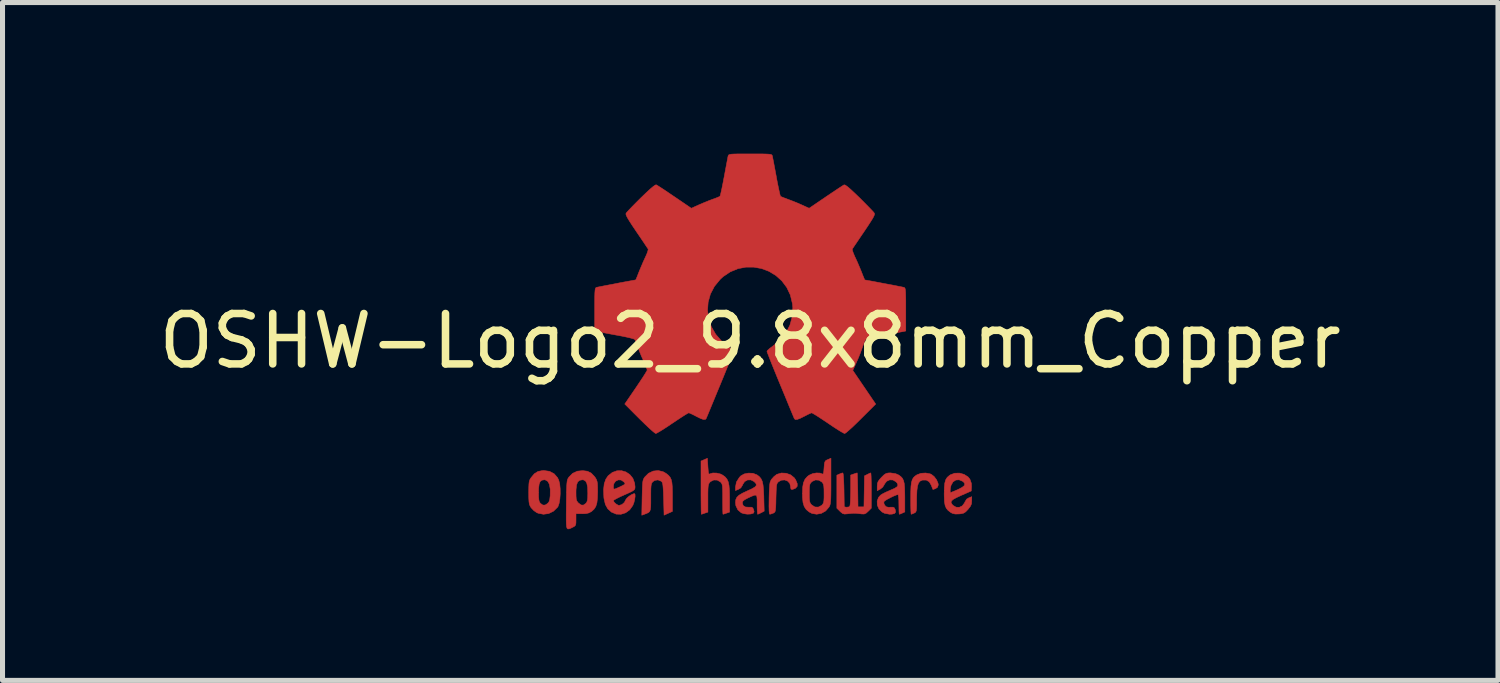
<source format=kicad_pcb>
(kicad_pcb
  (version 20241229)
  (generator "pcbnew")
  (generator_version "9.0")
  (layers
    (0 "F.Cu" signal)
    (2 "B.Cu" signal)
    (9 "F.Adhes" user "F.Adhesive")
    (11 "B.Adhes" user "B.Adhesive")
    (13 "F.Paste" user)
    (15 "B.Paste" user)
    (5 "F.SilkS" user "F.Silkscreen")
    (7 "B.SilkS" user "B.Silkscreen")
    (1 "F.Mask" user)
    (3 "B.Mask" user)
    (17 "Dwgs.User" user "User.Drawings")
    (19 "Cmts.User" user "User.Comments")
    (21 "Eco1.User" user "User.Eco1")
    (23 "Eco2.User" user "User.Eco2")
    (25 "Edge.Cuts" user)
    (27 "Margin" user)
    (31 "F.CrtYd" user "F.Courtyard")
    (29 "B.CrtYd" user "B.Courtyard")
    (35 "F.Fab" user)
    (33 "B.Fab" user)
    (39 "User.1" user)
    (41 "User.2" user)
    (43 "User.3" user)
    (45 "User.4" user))
  (footprint "OSHW-Logo2_9.8x8mm_Copper"
    (layer "F.Cu")
    (at 11.839 3.717)
    (property "Reference" "OSHW-Logo2_9.8x8mm_Copper" (at 0 0 0) (layer "F.SilkS") (effects (font (size 1 1) (thickness 0.15))))
    (attr board_only exclude_from_pos_files exclude_from_bom allow_missing_courtyard)
    (fp_poly (pts (xy 3.571 2.637) (xy 3.594 2.647) (xy 3.65 2.691) (xy 3.698 2.755) (xy 3.727 2.823) (xy 3.732 2.857) (xy 3.716 2.904) (xy 3.68 2.928) (xy 3.643 2.943) (xy 3.625 2.946) (xy 3.617 2.926) (xy 3.6 2.882) (xy 3.593 2.863) (xy 3.552 2.794) (xy 3.493 2.76) (xy 3.417 2.761) (xy 3.411 2.763) (xy 3.37 2.782) (xy 3.34 2.819) (xy 3.32 2.88) (xy 3.308 2.968) (xy 3.303 3.088) (xy 3.302 3.152) (xy 3.302 3.252) (xy 3.3 3.321) (xy 3.296 3.365) (xy 3.287 3.39) (xy 3.274 3.405) (xy 3.253 3.416) (xy 3.252 3.416) (xy 3.213 3.433) (xy 3.194 3.439) (xy 3.191 3.42) (xy 3.188 3.369) (xy 3.186 3.292) (xy 3.185 3.196) (xy 3.185 3.125) (xy 3.186 2.989) (xy 3.19 2.885) (xy 3.2 2.808) (xy 3.216 2.752) (xy 3.24 2.711) (xy 3.274 2.679) (xy 3.308 2.656) (xy 3.388 2.626) (xy 3.482 2.62) (xy 3.571 2.637)) (stroke (width 0.01) (type solid)) (fill yes) (layer "F.Cu"))
    (fp_poly (pts (xy -1.728 2.595) (xy -1.666 2.631) (xy -1.622 2.667) (xy -1.59 2.705) (xy -1.568 2.751) (xy -1.554 2.812) (xy -1.547 2.895) (xy -1.544 3.007) (xy -1.544 3.087) (xy -1.544 3.382) (xy -1.71 3.457) (xy -1.719 3.133) (xy -1.723 3.013) (xy -1.728 2.925) (xy -1.733 2.865) (xy -1.74 2.825) (xy -1.75 2.801) (xy -1.763 2.786) (xy -1.767 2.783) (xy -1.831 2.757) (xy -1.896 2.767) (xy -1.934 2.794) (xy -1.95 2.813) (xy -1.961 2.838) (xy -1.968 2.876) (xy -1.972 2.934) (xy -1.973 3.018) (xy -1.973 3.106) (xy -1.973 3.216) (xy -1.975 3.294) (xy -1.982 3.347) (xy -1.995 3.381) (xy -2.018 3.404) (xy -2.053 3.421) (xy -2.1 3.439) (xy -2.152 3.458) (xy -2.146 3.111) (xy -2.143 2.986) (xy -2.14 2.894) (xy -2.136 2.828) (xy -2.13 2.781) (xy -2.121 2.748) (xy -2.108 2.722) (xy -2.092 2.699) (xy -2.018 2.625) (xy -1.926 2.582) (xy -1.827 2.571) (xy -1.728 2.595)) (stroke (width 0.01) (type solid)) (fill yes) (layer "F.Cu"))
    (fp_poly (pts (xy 0.713 2.625) (xy 0.802 2.657) (xy 0.874 2.715) (xy 0.902 2.756) (xy 0.933 2.831) (xy 0.932 2.885) (xy 0.9 2.921) (xy 0.888 2.928) (xy 0.837 2.947) (xy 0.81 2.942) (xy 0.802 2.91) (xy 0.801 2.892) (xy 0.785 2.826) (xy 0.742 2.78) (xy 0.683 2.758) (xy 0.617 2.763) (xy 0.564 2.792) (xy 0.546 2.809) (xy 0.533 2.829) (xy 0.524 2.859) (xy 0.519 2.907) (xy 0.515 2.978) (xy 0.512 3.08) (xy 0.511 3.112) (xy 0.509 3.222) (xy 0.506 3.3) (xy 0.501 3.351) (xy 0.494 3.383) (xy 0.483 3.401) (xy 0.467 3.412) (xy 0.457 3.417) (xy 0.413 3.433) (xy 0.388 3.439) (xy 0.379 3.421) (xy 0.374 3.365) (xy 0.372 3.272) (xy 0.374 3.141) (xy 0.374 3.121) (xy 0.377 3.002) (xy 0.381 2.914) (xy 0.386 2.853) (xy 0.393 2.809) (xy 0.404 2.778) (xy 0.419 2.751) (xy 0.427 2.74) (xy 0.472 2.69) (xy 0.522 2.651) (xy 0.528 2.647) (xy 0.618 2.62) (xy 0.713 2.625)) (stroke (width 0.01) (type solid)) (fill yes) (layer "F.Cu"))
    (fp_poly (pts (xy -0.84 2.492) (xy -0.834 2.572) (xy -0.828 2.619) (xy -0.819 2.64) (xy -0.805 2.64) (xy -0.801 2.637) (xy -0.744 2.62) (xy -0.669 2.621) (xy -0.593 2.639) (xy -0.545 2.663) (xy -0.496 2.7) (xy -0.461 2.743) (xy -0.436 2.797) (xy -0.421 2.869) (xy -0.413 2.966) (xy -0.41 3.095) (xy -0.41 3.119) (xy -0.41 3.396) (xy -0.472 3.417) (xy -0.516 3.432) (xy -0.54 3.439) (xy -0.54 3.439) (xy -0.543 3.42) (xy -0.545 3.37) (xy -0.546 3.293) (xy -0.547 3.197) (xy -0.547 3.139) (xy -0.547 3.025) (xy -0.549 2.943) (xy -0.552 2.886) (xy -0.558 2.849) (xy -0.568 2.825) (xy -0.583 2.806) (xy -0.592 2.797) (xy -0.655 2.761) (xy -0.724 2.759) (xy -0.786 2.789) (xy -0.798 2.8) (xy -0.815 2.821) (xy -0.826 2.845) (xy -0.834 2.881) (xy -0.838 2.934) (xy -0.84 3.012) (xy -0.84 3.121) (xy -0.84 3.396) (xy -0.902 3.417) (xy -0.945 3.432) (xy -0.969 3.439) (xy -0.97 3.439) (xy -0.972 3.42) (xy -0.974 3.367) (xy -0.975 3.286) (xy -0.976 3.18) (xy -0.977 3.055) (xy -0.977 2.916) (xy -0.977 2.382) (xy -0.85 2.328) (xy -0.84 2.492)) (stroke (width 0.01) (type solid)) (fill yes) (layer "F.Cu"))
    (fp_poly (pts (xy 2.396 2.637) (xy 2.399 2.688) (xy 2.401 2.766) (xy 2.403 2.865) (xy 2.403 2.968) (xy 2.403 3.319) (xy 2.341 3.38) (xy 2.299 3.418) (xy 2.261 3.434) (xy 2.21 3.433) (xy 2.19 3.43) (xy 2.127 3.423) (xy 2.074 3.419) (xy 2.061 3.419) (xy 2.018 3.421) (xy 1.957 3.427) (xy 1.933 3.43) (xy 1.874 3.435) (xy 1.834 3.425) (xy 1.795 3.394) (xy 1.781 3.38) (xy 1.719 3.319) (xy 1.719 2.664) (xy 1.769 2.641) (xy 1.812 2.624) (xy 1.837 2.618) (xy 1.844 2.637) (xy 1.85 2.689) (xy 1.855 2.768) (xy 1.859 2.87) (xy 1.861 2.955) (xy 1.866 3.292) (xy 1.913 3.299) (xy 1.955 3.294) (xy 1.976 3.279) (xy 1.982 3.251) (xy 1.987 3.192) (xy 1.99 3.108) (xy 1.992 3.009) (xy 1.993 2.957) (xy 1.993 2.661) (xy 2.054 2.64) (xy 2.098 2.625) (xy 2.122 2.618) (xy 2.122 2.618) (xy 2.125 2.637) (xy 2.127 2.688) (xy 2.13 2.766) (xy 2.132 2.864) (xy 2.134 2.955) (xy 2.139 3.292) (xy 2.257 3.292) (xy 2.262 2.985) (xy 2.267 2.677) (xy 2.325 2.648) (xy 2.367 2.627) (xy 2.392 2.618) (xy 2.392 2.618) (xy 2.396 2.637)) (stroke (width 0.01) (type solid)) (fill yes) (layer "F.Cu"))
    (fp_poly (pts (xy -3.983 2.587) (xy -3.892 2.635) (xy -3.824 2.713) (xy -3.8 2.763) (xy -3.781 2.838) (xy -3.772 2.932) (xy -3.771 3.035) (xy -3.778 3.136) (xy -3.793 3.223) (xy -3.815 3.286) (xy -3.822 3.297) (xy -3.903 3.377) (xy -4 3.425) (xy -4.104 3.439) (xy -4.21 3.418) (xy -4.239 3.405) (xy -4.297 3.364) (xy -4.347 3.311) (xy -4.352 3.304) (xy -4.371 3.271) (xy -4.384 3.236) (xy -4.391 3.19) (xy -4.395 3.125) (xy -4.396 3.03) (xy -4.396 3.009) (xy -4.396 3.002) (xy -4.201 3.002) (xy -4.2 3.091) (xy -4.195 3.151) (xy -4.186 3.189) (xy -4.17 3.215) (xy -4.162 3.224) (xy -4.115 3.257) (xy -4.07 3.256) (xy -4.024 3.227) (xy -3.996 3.196) (xy -3.98 3.151) (xy -3.971 3.079) (xy -3.97 3.071) (xy -3.969 2.942) (xy -3.985 2.846) (xy -4.019 2.784) (xy -4.07 2.756) (xy -4.088 2.755) (xy -4.136 2.763) (xy -4.169 2.789) (xy -4.189 2.839) (xy -4.199 2.919) (xy -4.201 3.002) (xy -4.396 3.002) (xy -4.395 2.908) (xy -4.392 2.838) (xy -4.386 2.789) (xy -4.374 2.753) (xy -4.356 2.722) (xy -4.352 2.716) (xy -4.286 2.636) (xy -4.213 2.59) (xy -4.125 2.572) (xy -4.095 2.571) (xy -3.983 2.587)) (stroke (width 0.01) (type solid)) (fill yes) (layer "F.Cu"))
    (fp_poly (pts (xy 4.245 2.648) (xy 4.323 2.698) (xy 4.36 2.744) (xy 4.389 2.826) (xy 4.392 2.891) (xy 4.386 2.977) (xy 4.186 3.065) (xy 4.089 3.11) (xy 4.025 3.146) (xy 3.992 3.177) (xy 3.986 3.207) (xy 4.005 3.241) (xy 4.025 3.263) (xy 4.084 3.298) (xy 4.148 3.301) (xy 4.207 3.273) (xy 4.25 3.218) (xy 4.258 3.199) (xy 4.295 3.138) (xy 4.338 3.113) (xy 4.396 3.09) (xy 4.396 3.174) (xy 4.391 3.231) (xy 4.371 3.279) (xy 4.328 3.334) (xy 4.322 3.342) (xy 4.275 3.391) (xy 4.234 3.417) (xy 4.183 3.429) (xy 4.141 3.433) (xy 4.066 3.434) (xy 4.012 3.421) (xy 3.979 3.403) (xy 3.926 3.362) (xy 3.89 3.318) (xy 3.867 3.262) (xy 3.854 3.187) (xy 3.85 3.084) (xy 3.849 3.032) (xy 3.851 2.97) (xy 3.968 2.97) (xy 3.97 3.003) (xy 3.973 3.009) (xy 3.996 3.001) (xy 4.044 2.982) (xy 4.109 2.954) (xy 4.122 2.948) (xy 4.204 2.906) (xy 4.249 2.87) (xy 4.259 2.835) (xy 4.236 2.801) (xy 4.216 2.785) (xy 4.145 2.755) (xy 4.079 2.76) (xy 4.024 2.797) (xy 3.986 2.863) (xy 3.973 2.916) (xy 3.968 2.97) (xy 3.851 2.97) (xy 3.852 2.911) (xy 3.861 2.821) (xy 3.879 2.755) (xy 3.909 2.707) (xy 3.953 2.669) (xy 3.972 2.656) (xy 4.059 2.624) (xy 4.154 2.622) (xy 4.245 2.648)) (stroke (width 0.01) (type solid)) (fill yes) (layer "F.Cu"))
    (fp_poly (pts (xy 1.602 2.78) (xy 1.602 2.926) (xy 1.601 3.039) (xy 1.599 3.123) (xy 1.595 3.184) (xy 1.59 3.227) (xy 1.582 3.259) (xy 1.571 3.283) (xy 1.563 3.297) (xy 1.497 3.373) (xy 1.412 3.421) (xy 1.319 3.438) (xy 1.226 3.423) (xy 1.17 3.394) (xy 1.112 3.346) (xy 1.072 3.286) (xy 1.048 3.209) (xy 1.037 3.105) (xy 1.036 3.028) (xy 1.036 3.023) (xy 1.172 3.023) (xy 1.173 3.11) (xy 1.177 3.168) (xy 1.186 3.206) (xy 1.201 3.233) (xy 1.22 3.254) (xy 1.283 3.294) (xy 1.351 3.297) (xy 1.415 3.264) (xy 1.42 3.26) (xy 1.441 3.236) (xy 1.455 3.208) (xy 1.462 3.167) (xy 1.465 3.102) (xy 1.465 3.031) (xy 1.464 2.942) (xy 1.46 2.882) (xy 1.451 2.843) (xy 1.436 2.815) (xy 1.423 2.8) (xy 1.364 2.763) (xy 1.295 2.758) (xy 1.23 2.787) (xy 1.218 2.797) (xy 1.196 2.821) (xy 1.183 2.849) (xy 1.176 2.891) (xy 1.173 2.956) (xy 1.172 3.023) (xy 1.036 3.023) (xy 1.04 2.906) (xy 1.056 2.814) (xy 1.087 2.744) (xy 1.134 2.69) (xy 1.17 2.663) (xy 1.237 2.633) (xy 1.314 2.619) (xy 1.386 2.622) (xy 1.426 2.637) (xy 1.442 2.642) (xy 1.453 2.626) (xy 1.46 2.583) (xy 1.465 2.518) (xy 1.471 2.446) (xy 1.48 2.402) (xy 1.495 2.377) (xy 1.522 2.361) (xy 1.539 2.354) (xy 1.602 2.327) (xy 1.602 2.78)) (stroke (width 0.01) (type solid)) (fill yes) (layer "F.Cu"))
    (fp_poly (pts (xy -2.466 2.6) (xy -2.389 2.652) (xy -2.329 2.726) (xy -2.294 2.822) (xy -2.286 2.892) (xy -2.287 2.921) (xy -2.294 2.943) (xy -2.313 2.963) (xy -2.35 2.986) (xy -2.41 3.015) (xy -2.5 3.055) (xy -2.501 3.055) (xy -2.584 3.093) (xy -2.652 3.127) (xy -2.698 3.153) (xy -2.716 3.167) (xy -2.716 3.167) (xy -2.701 3.199) (xy -2.665 3.233) (xy -2.624 3.258) (xy -2.603 3.263) (xy -2.546 3.246) (xy -2.497 3.203) (xy -2.474 3.156) (xy -2.451 3.122) (xy -2.406 3.082) (xy -2.353 3.048) (xy -2.306 3.029) (xy -2.297 3.028) (xy -2.286 3.045) (xy -2.285 3.088) (xy -2.293 3.146) (xy -2.308 3.207) (xy -2.329 3.261) (xy -2.33 3.264) (xy -2.392 3.351) (xy -2.473 3.41) (xy -2.565 3.439) (xy -2.66 3.436) (xy -2.752 3.397) (xy -2.756 3.395) (xy -2.828 3.33) (xy -2.875 3.245) (xy -2.901 3.133) (xy -2.905 3.102) (xy -2.911 2.954) (xy -2.903 2.884) (xy -2.716 2.884) (xy -2.713 2.928) (xy -2.7 2.94) (xy -2.667 2.931) (xy -2.615 2.908) (xy -2.556 2.881) (xy -2.555 2.88) (xy -2.505 2.854) (xy -2.485 2.836) (xy -2.49 2.818) (xy -2.511 2.794) (xy -2.563 2.759) (xy -2.62 2.757) (xy -2.671 2.782) (xy -2.706 2.831) (xy -2.716 2.884) (xy -2.903 2.884) (xy -2.898 2.835) (xy -2.865 2.741) (xy -2.82 2.675) (xy -2.737 2.609) (xy -2.646 2.576) (xy -2.554 2.574) (xy -2.466 2.6)) (stroke (width 0.01) (type solid)) (fill yes) (layer "F.Cu"))
    (fp_poly (pts (xy 0.054 2.626) (xy 0.13 2.655) (xy 0.131 2.655) (xy 0.178 2.69) (xy 0.213 2.731) (xy 0.238 2.784) (xy 0.254 2.856) (xy 0.264 2.953) (xy 0.27 3.082) (xy 0.27 3.1) (xy 0.277 3.377) (xy 0.218 3.408) (xy 0.175 3.429) (xy 0.149 3.439) (xy 0.148 3.439) (xy 0.143 3.421) (xy 0.139 3.372) (xy 0.137 3.3) (xy 0.137 3.242) (xy 0.137 3.148) (xy 0.132 3.089) (xy 0.118 3.061) (xy 0.085 3.06) (xy 0.03 3.081) (xy -0.054 3.12) (xy -0.115 3.153) (xy -0.147 3.181) (xy -0.156 3.212) (xy -0.156 3.213) (xy -0.141 3.266) (xy -0.095 3.295) (xy -0.026 3.299) (xy 0.024 3.298) (xy 0.051 3.313) (xy 0.067 3.347) (xy 0.077 3.391) (xy 0.063 3.416) (xy 0.058 3.42) (xy 0.009 3.434) (xy -0.058 3.437) (xy -0.128 3.427) (xy -0.178 3.41) (xy -0.246 3.351) (xy -0.285 3.27) (xy -0.293 3.207) (xy -0.287 3.15) (xy -0.266 3.104) (xy -0.224 3.062) (xy -0.155 3.021) (xy -0.055 2.974) (xy -0.049 2.971) (xy 0.041 2.93) (xy 0.097 2.895) (xy 0.121 2.865) (xy 0.116 2.833) (xy 0.084 2.797) (xy 0.075 2.789) (xy 0.012 2.757) (xy -0.054 2.758) (xy -0.111 2.79) (xy -0.149 2.848) (xy -0.152 2.859) (xy -0.187 2.915) (xy -0.23 2.942) (xy -0.293 2.968) (xy -0.293 2.9) (xy -0.274 2.8) (xy -0.217 2.709) (xy -0.188 2.678) (xy -0.12 2.639) (xy -0.035 2.622) (xy 0.054 2.626)) (stroke (width 0.01) (type solid)) (fill yes) (layer "F.Cu"))
    (fp_poly (pts (xy -3.231 2.585) (xy -3.156 2.622) (xy -3.091 2.69) (xy -3.072 2.716) (xy -3.053 2.749) (xy -3.04 2.785) (xy -3.032 2.833) (xy -3.029 2.903) (xy -3.028 2.994) (xy -3.032 3.12) (xy -3.043 3.214) (xy -3.065 3.285) (xy -3.1 3.338) (xy -3.149 3.383) (xy -3.153 3.385) (xy -3.202 3.412) (xy -3.261 3.426) (xy -3.336 3.429) (xy -3.458 3.429) (xy -3.458 3.547) (xy -3.459 3.613) (xy -3.466 3.652) (xy -3.484 3.675) (xy -3.519 3.695) (xy -3.527 3.699) (xy -3.566 3.718) (xy -3.596 3.729) (xy -3.619 3.73) (xy -3.635 3.717) (xy -3.645 3.685) (xy -3.65 3.63) (xy -3.652 3.549) (xy -3.652 3.437) (xy -3.65 3.292) (xy -3.65 3.248) (xy -3.648 3.098) (xy -3.646 3) (xy -3.458 3) (xy -3.457 3.083) (xy -3.453 3.138) (xy -3.442 3.174) (xy -3.423 3.201) (xy -3.41 3.215) (xy -3.358 3.254) (xy -3.312 3.258) (xy -3.264 3.225) (xy -3.263 3.224) (xy -3.244 3.199) (xy -3.232 3.164) (xy -3.226 3.112) (xy -3.224 3.031) (xy -3.224 3.013) (xy -3.228 2.902) (xy -3.243 2.825) (xy -3.269 2.778) (xy -3.309 2.757) (xy -3.332 2.755) (xy -3.387 2.765) (xy -3.425 2.798) (xy -3.447 2.858) (xy -3.457 2.95) (xy -3.458 3) (xy -3.646 3) (xy -3.646 2.982) (xy -3.643 2.895) (xy -3.639 2.831) (xy -3.634 2.786) (xy -3.627 2.754) (xy -3.617 2.73) (xy -3.604 2.709) (xy -3.598 2.701) (xy -3.525 2.627) (xy -3.432 2.584) (xy -3.325 2.573) (xy -3.231 2.585)) (stroke (width 0.01) (type solid)) (fill yes) (layer "F.Cu"))
    (fp_poly (pts (xy 2.887 2.634) (xy 2.944 2.659) (xy 2.988 2.69) (xy 3.02 2.725) (xy 3.042 2.77) (xy 3.057 2.831) (xy 3.064 2.915) (xy 3.067 3.028) (xy 3.068 3.103) (xy 3.068 3.393) (xy 3.018 3.416) (xy 2.979 3.433) (xy 2.959 3.439) (xy 2.955 3.421) (xy 2.952 3.372) (xy 2.951 3.3) (xy 2.95 3.243) (xy 2.949 3.161) (xy 2.944 3.096) (xy 2.938 3.056) (xy 2.933 3.048) (xy 2.898 3.057) (xy 2.844 3.079) (xy 2.781 3.109) (xy 2.72 3.141) (xy 2.674 3.17) (xy 2.652 3.19) (xy 2.652 3.19) (xy 2.654 3.227) (xy 2.671 3.262) (xy 2.7 3.291) (xy 2.743 3.3) (xy 2.78 3.299) (xy 2.832 3.298) (xy 2.859 3.31) (xy 2.876 3.343) (xy 2.878 3.349) (xy 2.885 3.395) (xy 2.866 3.423) (xy 2.816 3.436) (xy 2.763 3.438) (xy 2.666 3.42) (xy 2.616 3.394) (xy 2.554 3.333) (xy 2.522 3.258) (xy 2.519 3.178) (xy 2.546 3.104) (xy 2.588 3.058) (xy 2.63 3.032) (xy 2.695 2.999) (xy 2.771 2.966) (xy 2.784 2.96) (xy 2.867 2.924) (xy 2.916 2.891) (xy 2.931 2.859) (xy 2.917 2.822) (xy 2.892 2.794) (xy 2.833 2.759) (xy 2.768 2.756) (xy 2.709 2.783) (xy 2.666 2.837) (xy 2.661 2.851) (xy 2.628 2.902) (xy 2.581 2.94) (xy 2.52 2.971) (xy 2.52 2.883) (xy 2.524 2.829) (xy 2.539 2.787) (xy 2.573 2.741) (xy 2.605 2.706) (xy 2.655 2.657) (xy 2.694 2.631) (xy 2.736 2.62) (xy 2.783 2.618) (xy 2.887 2.634)) (stroke (width 0.01) (type solid)) (fill yes) (layer "F.Cu"))
    (fp_poly (pts (xy 0.14 -3.712) (xy 0.246 -3.712) (xy 0.322 -3.71) (xy 0.374 -3.707) (xy 0.407 -3.702) (xy 0.426 -3.695) (xy 0.435 -3.684) (xy 0.439 -3.67) (xy 0.44 -3.668) (xy 0.446 -3.636) (xy 0.459 -3.572) (xy 0.476 -3.483) (xy 0.496 -3.376) (xy 0.518 -3.258) (xy 0.518 -3.254) (xy 0.54 -3.138) (xy 0.561 -3.036) (xy 0.579 -2.953) (xy 0.592 -2.897) (xy 0.601 -2.872) (xy 0.601 -2.871) (xy 0.626 -2.859) (xy 0.676 -2.839) (xy 0.742 -2.814) (xy 0.742 -2.814) (xy 0.825 -2.783) (xy 0.923 -2.744) (xy 1.015 -2.704) (xy 1.019 -2.702) (xy 1.169 -2.634) (xy 1.501 -2.86) (xy 1.603 -2.929) (xy 1.696 -2.991) (xy 1.773 -3.042) (xy 1.83 -3.079) (xy 1.861 -3.098) (xy 1.864 -3.099) (xy 1.887 -3.093) (xy 1.93 -3.063) (xy 1.994 -3.008) (xy 2.081 -2.927) (xy 2.171 -2.84) (xy 2.256 -2.755) (xy 2.333 -2.677) (xy 2.397 -2.611) (xy 2.442 -2.563) (xy 2.464 -2.536) (xy 2.464 -2.535) (xy 2.467 -2.517) (xy 2.458 -2.487) (xy 2.435 -2.441) (xy 2.395 -2.376) (xy 2.338 -2.288) (xy 2.261 -2.173) (xy 2.193 -2.073) (xy 2.132 -1.983) (xy 2.081 -1.908) (xy 2.045 -1.854) (xy 2.027 -1.827) (xy 2.026 -1.825) (xy 2.028 -1.798) (xy 2.045 -1.747) (xy 2.073 -1.68) (xy 2.083 -1.659) (xy 2.127 -1.564) (xy 2.173 -1.456) (xy 2.211 -1.363) (xy 2.238 -1.294) (xy 2.26 -1.241) (xy 2.272 -1.214) (xy 2.274 -1.211) (xy 2.297 -1.208) (xy 2.351 -1.198) (xy 2.429 -1.184) (xy 2.524 -1.166) (xy 2.628 -1.146) (xy 2.735 -1.126) (xy 2.837 -1.107) (xy 2.927 -1.089) (xy 2.998 -1.075) (xy 3.042 -1.066) (xy 3.053 -1.063) (xy 3.064 -1.057) (xy 3.073 -1.042) (xy 3.079 -1.015) (xy 3.083 -0.97) (xy 3.085 -0.902) (xy 3.087 -0.806) (xy 3.087 -0.678) (xy 3.087 -0.625) (xy 3.087 -0.198) (xy 2.985 -0.178) (xy 2.927 -0.167) (xy 2.842 -0.151) (xy 2.739 -0.132) (xy 2.629 -0.111) (xy 2.599 -0.106) (xy 2.497 -0.086) (xy 2.408 -0.067) (xy 2.34 -0.049) (xy 2.3 -0.036) (xy 2.293 -0.032) (xy 2.277 -0.004) (xy 2.253 0.051) (xy 2.227 0.122) (xy 2.222 0.137) (xy 2.188 0.231) (xy 2.146 0.337) (xy 2.104 0.432) (xy 2.104 0.433) (xy 2.035 0.583) (xy 2.49 1.252) (xy 2.197 1.544) (xy 2.109 1.631) (xy 2.029 1.708) (xy 1.96 1.77) (xy 1.909 1.814) (xy 1.879 1.835) (xy 1.874 1.837) (xy 1.849 1.826) (xy 1.797 1.797) (xy 1.725 1.752) (xy 1.637 1.695) (xy 1.543 1.631) (xy 1.447 1.567) (xy 1.361 1.51) (xy 1.291 1.466) (xy 1.242 1.437) (xy 1.221 1.426) (xy 1.194 1.435) (xy 1.144 1.458) (xy 1.08 1.491) (xy 1.074 1.494) (xy 0.988 1.537) (xy 0.929 1.558) (xy 0.893 1.559) (xy 0.874 1.539) (xy 0.874 1.539) (xy 0.864 1.515) (xy 0.841 1.46) (xy 0.807 1.378) (xy 0.763 1.272) (xy 0.712 1.147) (xy 0.654 1.007) (xy 0.598 0.872) (xy 0.536 0.722) (xy 0.48 0.584) (xy 0.43 0.461) (xy 0.389 0.357) (xy 0.358 0.277) (xy 0.338 0.225) (xy 0.332 0.206) (xy 0.347 0.183) (xy 0.386 0.148) (xy 0.439 0.109) (xy 0.588 -0.015) (xy 0.705 -0.156) (xy 0.787 -0.313) (xy 0.834 -0.482) (xy 0.845 -0.66) (xy 0.837 -0.742) (xy 0.796 -0.913) (xy 0.724 -1.064) (xy 0.627 -1.193) (xy 0.509 -1.299) (xy 0.374 -1.381) (xy 0.227 -1.437) (xy 0.072 -1.465) (xy -0.087 -1.465) (xy -0.244 -1.435) (xy -0.396 -1.372) (xy -0.538 -1.277) (xy -0.597 -1.222) (xy -0.711 -1.083) (xy -0.79 -0.932) (xy -0.835 -0.771) (xy -0.847 -0.607) (xy -0.825 -0.443) (xy -0.772 -0.284) (xy -0.686 -0.134) (xy -0.569 0.002) (xy -0.439 0.109) (xy -0.384 0.15) (xy -0.346 0.185) (xy -0.332 0.206) (xy -0.339 0.229) (xy -0.36 0.283) (xy -0.392 0.366) (xy -0.434 0.471) (xy -0.485 0.596) (xy -0.542 0.736) (xy -0.598 0.872) (xy -0.66 1.021) (xy -0.717 1.16) (xy -0.768 1.283) (xy -0.811 1.387) (xy -0.844 1.467) (xy -0.866 1.519) (xy -0.874 1.539) (xy -0.893 1.558) (xy -0.929 1.558) (xy -0.988 1.537) (xy -1.073 1.495) (xy -1.074 1.494) (xy -1.138 1.461) (xy -1.19 1.437) (xy -1.219 1.426) (xy -1.221 1.426) (xy -1.243 1.437) (xy -1.292 1.466) (xy -1.362 1.511) (xy -1.447 1.567) (xy -1.543 1.631) (xy -1.639 1.696) (xy -1.727 1.753) (xy -1.799 1.797) (xy -1.85 1.826) (xy -1.874 1.837) (xy -1.897 1.823) (xy -1.942 1.786) (xy -2.006 1.729) (xy -2.083 1.656) (xy -2.169 1.572) (xy -2.198 1.544) (xy -2.49 1.251) (xy -2.267 0.925) (xy -2.2 0.825) (xy -2.14 0.735) (xy -2.093 0.661) (xy -2.06 0.607) (xy -2.045 0.579) (xy -2.045 0.577) (xy -2.053 0.551) (xy -2.073 0.498) (xy -2.103 0.427) (xy -2.124 0.38) (xy -2.164 0.29) (xy -2.201 0.198) (xy -2.23 0.121) (xy -2.237 0.098) (xy -2.26 0.035) (xy -2.281 -0.014) (xy -2.293 -0.032) (xy -2.319 -0.043) (xy -2.377 -0.059) (xy -2.458 -0.078) (xy -2.555 -0.098) (xy -2.599 -0.106) (xy -2.709 -0.126) (xy -2.815 -0.146) (xy -2.906 -0.163) (xy -2.972 -0.175) (xy -2.985 -0.178) (xy -3.087 -0.198) (xy -3.087 -0.625) (xy -3.087 -0.766) (xy -3.086 -0.872) (xy -3.084 -0.949) (xy -3.08 -1.002) (xy -3.075 -1.035) (xy -3.067 -1.053) (xy -3.057 -1.062) (xy -3.053 -1.063) (xy -3.028 -1.069) (xy -2.972 -1.08) (xy -2.892 -1.096) (xy -2.796 -1.114) (xy -2.691 -1.134) (xy -2.585 -1.155) (xy -2.483 -1.174) (xy -2.395 -1.19) (xy -2.325 -1.203) (xy -2.283 -1.21) (xy -2.274 -1.211) (xy -2.265 -1.228) (xy -2.246 -1.273) (xy -2.221 -1.338) (xy -2.211 -1.363) (xy -2.171 -1.46) (xy -2.125 -1.568) (xy -2.083 -1.659) (xy -2.052 -1.728) (xy -2.032 -1.785) (xy -2.025 -1.82) (xy -2.026 -1.825) (xy -2.041 -1.847) (xy -2.074 -1.896) (xy -2.121 -1.967) (xy -2.181 -2.055) (xy -2.248 -2.154) (xy -2.261 -2.173) (xy -2.339 -2.289) (xy -2.396 -2.377) (xy -2.435 -2.442) (xy -2.458 -2.487) (xy -2.467 -2.516) (xy -2.465 -2.535) (xy -2.464 -2.535) (xy -2.445 -2.559) (xy -2.402 -2.605) (xy -2.341 -2.669) (xy -2.265 -2.746) (xy -2.18 -2.831) (xy -2.171 -2.84) (xy -2.063 -2.944) (xy -1.98 -3.02) (xy -1.92 -3.07) (xy -1.882 -3.096) (xy -1.864 -3.099) (xy -1.84 -3.085) (xy -1.788 -3.052) (xy -1.714 -3.004) (xy -1.625 -2.944) (xy -1.525 -2.876) (xy -1.501 -2.86) (xy -1.169 -2.634) (xy -1.019 -2.702) (xy -0.928 -2.741) (xy -0.83 -2.781) (xy -0.746 -2.813) (xy -0.742 -2.814) (xy -0.677 -2.838) (xy -0.626 -2.859) (xy -0.601 -2.871) (xy -0.601 -2.871) (xy -0.593 -2.893) (xy -0.58 -2.948) (xy -0.562 -3.029) (xy -0.542 -3.129) (xy -0.52 -3.244) (xy -0.518 -3.254) (xy -0.496 -3.372) (xy -0.476 -3.479) (xy -0.459 -3.569) (xy -0.447 -3.634) (xy -0.44 -3.668) (xy -0.44 -3.668) (xy -0.435 -3.683) (xy -0.427 -3.693) (xy -0.41 -3.701) (xy -0.379 -3.707) (xy -0.329 -3.71) (xy -0.256 -3.712) (xy -0.153 -3.712) (xy -0.018 -3.712) (xy 0 -3.712) (xy 0.14 -3.712)) (stroke (width 0.01) (type solid)) (fill yes) (layer "F.Cu")))
  (gr_rect
    (start -3 -3)
    (end 26.679 10.453)
    (stroke (width 0.1) (type default))
    (fill no)
    (layer "Edge.Cuts")))
</source>
